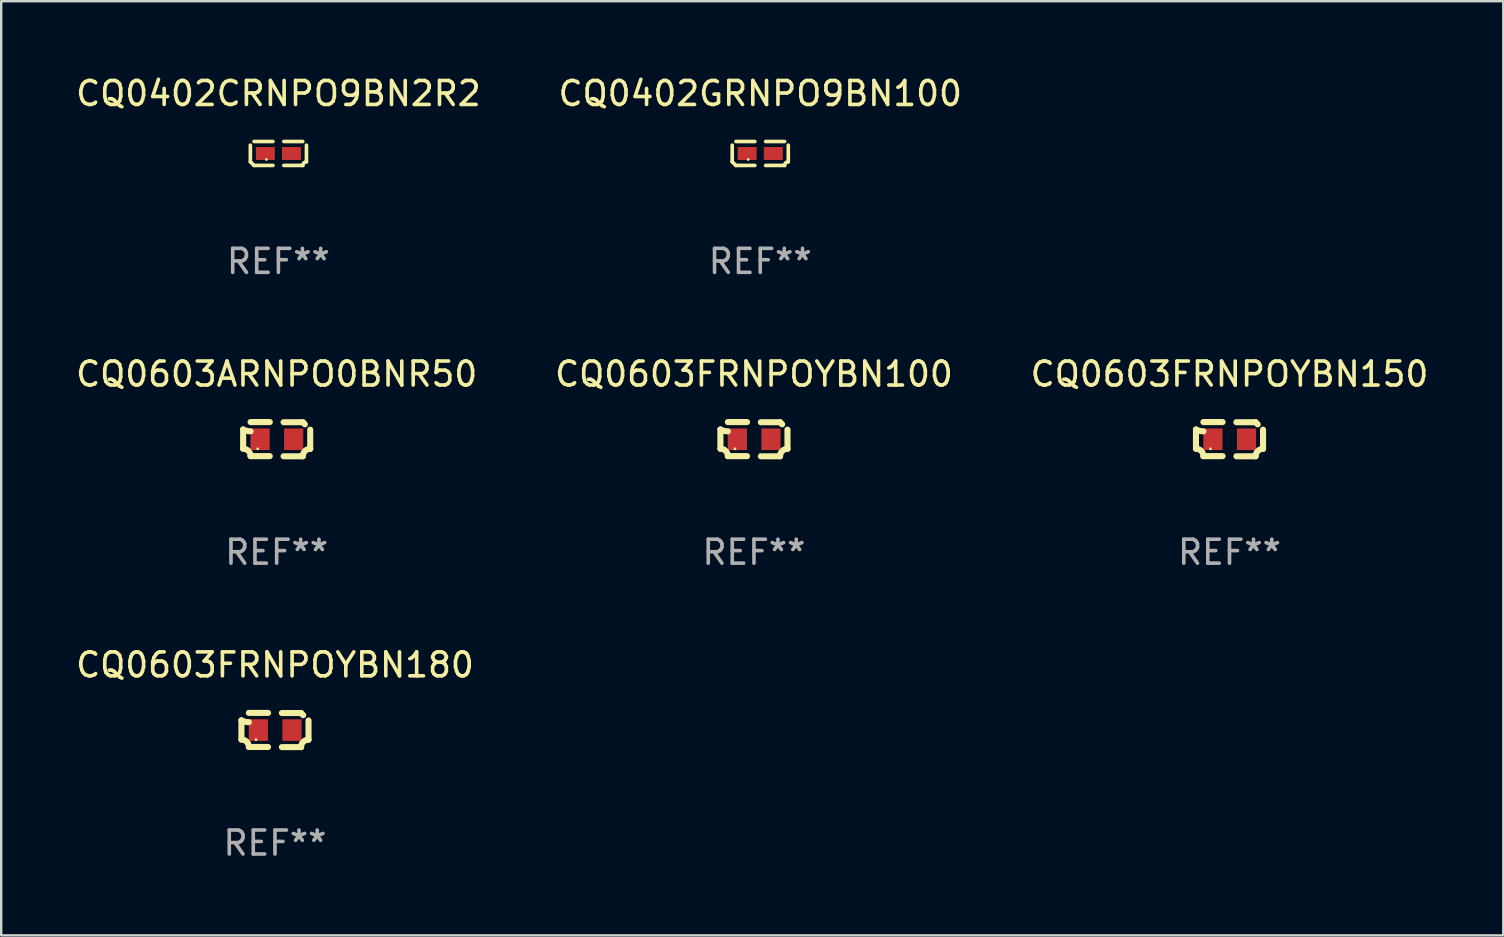
<source format=kicad_pcb>
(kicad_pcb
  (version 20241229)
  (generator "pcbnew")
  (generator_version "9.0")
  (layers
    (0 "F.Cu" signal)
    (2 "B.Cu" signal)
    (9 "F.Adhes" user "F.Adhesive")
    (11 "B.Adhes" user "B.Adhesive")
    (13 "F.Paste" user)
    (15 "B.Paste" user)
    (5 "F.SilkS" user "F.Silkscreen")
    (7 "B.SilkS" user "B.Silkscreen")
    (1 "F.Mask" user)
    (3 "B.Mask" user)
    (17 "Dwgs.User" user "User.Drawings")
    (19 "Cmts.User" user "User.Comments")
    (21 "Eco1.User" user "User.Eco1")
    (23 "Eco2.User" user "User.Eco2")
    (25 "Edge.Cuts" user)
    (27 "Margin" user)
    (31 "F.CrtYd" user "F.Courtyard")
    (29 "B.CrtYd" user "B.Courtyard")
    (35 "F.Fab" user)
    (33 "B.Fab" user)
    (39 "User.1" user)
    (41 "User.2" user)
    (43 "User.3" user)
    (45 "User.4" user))
  (footprint "CQ0402CRNPO9BN2R2"
    (layer "F.Cu")
    (at 8.554 3.347)
    (property "Reference" "CQ0402CRNPO9BN2R2" (at 0 -2.499 0) (layer "F.SilkS") (effects (font (size 1 1) (thickness 0.15))))
    (attr through_hole)
    (fp_line (start -1.169 0.346) (end -1.169 -0.346) (stroke (width 0.152) (type solid)) (layer "F.SilkS"))
    (fp_line (start -1.016 -0.499) (end -0.226 -0.499) (stroke (width 0.152) (type solid)) (layer "F.SilkS"))
    (fp_line (start -0.226 0.499) (end -1.016 0.499) (stroke (width 0.152) (type solid)) (layer "F.SilkS"))
    (fp_line (start 0.226 0.499) (end 1.016 0.499) (stroke (width 0.152) (type solid)) (layer "F.SilkS"))
    (fp_line (start 1.016 -0.499) (end 0.226 -0.499) (stroke (width 0.152) (type solid)) (layer "F.SilkS"))
    (fp_line (start 1.169 0.346) (end 1.169 -0.346) (stroke (width 0.152) (type solid)) (layer "F.SilkS"))
    (fp_arc (start -1.016307 0.498603) (mid -1.092512 0.422405) (end -1.16871 0.3462) (stroke (width 0.1524) (type solid)) (layer "F.SilkS"))
    (fp_arc (start 1.016307 0.498603) (mid 1.060899 0.390758) (end 1.168707 0.346076) (stroke (width 0.1524) (type solid)) (layer "F.SilkS"))
    (fp_circle (center -0.5 0.25) (end -0.47 0.25) (stroke (width 0.06) (type solid)) (fill no) (layer "F.SilkS"))
    (fp_text user "REF**" (at 0 4.499 0) (layer "F.Fab") (effects (font (size 1 1) (thickness 0.15))))
    (pad "1" smd rect (at -0.545 0) (size 0.79 0.54) (layers "F.Cu" "F.Mask" "F.Paste"))
    (pad "2" smd rect (at 0.545 0) (size 0.79 0.54) (layers "F.Cu" "F.Mask" "F.Paste")))
  (footprint "CQ0603ARNPO0BNR50"
    (layer "F.Cu")
    (at 8.482 15.255)
    (property "Reference" "CQ0603ARNPO0BNR50" (at 0 -2.713 0) (layer "F.SilkS") (effects (font (size 1 1) (thickness 0.15))))
    (attr through_hole)
    (fp_line (start -1.398 -0.403) (end -1.398 0.397) (stroke (width 0.254) (type solid)) (layer "F.SilkS"))
    (fp_line (start -0.288 -0.713) (end -1.088 -0.713) (stroke (width 0.254) (type solid)) (layer "F.SilkS"))
    (fp_line (start -0.288 0.707) (end -1.088 0.707) (stroke (width 0.254) (type solid)) (layer "F.SilkS"))
    (fp_line (start 0.288 -0.707) (end 1.088 -0.707) (stroke (width 0.254) (type solid)) (layer "F.SilkS"))
    (fp_line (start 0.288 0.713) (end 1.088 0.713) (stroke (width 0.254) (type solid)) (layer "F.SilkS"))
    (fp_line (start 1.398 -0.397) (end 1.398 0.403) (stroke (width 0.254) (type solid)) (layer "F.SilkS"))
    (fp_arc (start -1.397789 0.397066) (mid -1.178701 0.487826) (end -1.08796 0.706922) (stroke (width 0.254001) (type solid)) (layer "F.SilkS"))
    (fp_arc (start -1.08796 -0.327176) (mid -1.247436 -0.346384) (end -1.39779 -0.402908) (stroke (width 0.254001) (type solid)) (layer "F.SilkS"))
    (fp_arc (start 1.087909 0.712738) (mid 1.178656 0.493655) (end 1.397739 0.402908) (stroke (width 0.254001) (type solid)) (layer "F.SilkS"))
    (fp_arc (start 1.175925 -0.618926) (mid 1.131917 -0.662923) (end 1.08791 -0.706922) (stroke (width 0.254001) (type solid)) (layer "F.SilkS"))
    (fp_circle (center -0.792 0.403) (end -0.762 0.403) (stroke (width 0.06) (type solid)) (fill no) (layer "F.SilkS"))
    (fp_text user "REF**" (at 0 4.713 0) (layer "F.Fab") (effects (font (size 1 1) (thickness 0.15))))
    (pad "1" smd rect (at -0.692 0.003) (size 0.8 0.9) (layers "F.Cu" "F.Mask" "F.Paste"))
    (pad "2" smd rect (at 0.708 0.003) (size 0.8 0.9) (layers "F.Cu" "F.Mask" "F.Paste")))
  (footprint "CQ0603FRNPOYBN100"
    (layer "F.Cu")
    (at 28.375 15.255)
    (property "Reference" "CQ0603FRNPOYBN100" (at 0 -2.713 0) (layer "F.SilkS") (effects (font (size 1 1) (thickness 0.15))))
    (attr through_hole)
    (fp_line (start -1.398 -0.403) (end -1.398 0.397) (stroke (width 0.254) (type solid)) (layer "F.SilkS"))
    (fp_line (start -0.288 -0.713) (end -1.088 -0.713) (stroke (width 0.254) (type solid)) (layer "F.SilkS"))
    (fp_line (start -0.288 0.707) (end -1.088 0.707) (stroke (width 0.254) (type solid)) (layer "F.SilkS"))
    (fp_line (start 0.288 -0.707) (end 1.088 -0.707) (stroke (width 0.254) (type solid)) (layer "F.SilkS"))
    (fp_line (start 0.288 0.713) (end 1.088 0.713) (stroke (width 0.254) (type solid)) (layer "F.SilkS"))
    (fp_line (start 1.398 -0.397) (end 1.398 0.403) (stroke (width 0.254) (type solid)) (layer "F.SilkS"))
    (fp_arc (start -1.397789 0.397066) (mid -1.178701 0.487826) (end -1.08796 0.706922) (stroke (width 0.254001) (type solid)) (layer "F.SilkS"))
    (fp_arc (start -1.08796 -0.327176) (mid -1.247436 -0.346384) (end -1.39779 -0.402908) (stroke (width 0.254001) (type solid)) (layer "F.SilkS"))
    (fp_arc (start 1.087909 0.712738) (mid 1.178656 0.493655) (end 1.397739 0.402908) (stroke (width 0.254001) (type solid)) (layer "F.SilkS"))
    (fp_arc (start 1.175925 -0.618926) (mid 1.131917 -0.662923) (end 1.08791 -0.706922) (stroke (width 0.254001) (type solid)) (layer "F.SilkS"))
    (fp_circle (center -0.792 0.403) (end -0.762 0.403) (stroke (width 0.06) (type solid)) (fill no) (layer "F.SilkS"))
    (fp_text user "REF**" (at 0 4.713 0) (layer "F.Fab") (effects (font (size 1 1) (thickness 0.15))))
    (pad "1" smd rect (at -0.692 0.003) (size 0.8 0.9) (layers "F.Cu" "F.Mask" "F.Paste"))
    (pad "2" smd rect (at 0.708 0.003) (size 0.8 0.9) (layers "F.Cu" "F.Mask" "F.Paste")))
  (footprint "CQ0603FRNPOYBN180"
    (layer "F.Cu")
    (at 8.411 27.377)
    (property "Reference" "CQ0603FRNPOYBN180" (at 0 -2.713 0) (layer "F.SilkS") (effects (font (size 1 1) (thickness 0.15))))
    (attr through_hole)
    (fp_line (start -1.398 -0.403) (end -1.398 0.397) (stroke (width 0.254) (type solid)) (layer "F.SilkS"))
    (fp_line (start -0.288 -0.713) (end -1.088 -0.713) (stroke (width 0.254) (type solid)) (layer "F.SilkS"))
    (fp_line (start -0.288 0.707) (end -1.088 0.707) (stroke (width 0.254) (type solid)) (layer "F.SilkS"))
    (fp_line (start 0.288 -0.707) (end 1.088 -0.707) (stroke (width 0.254) (type solid)) (layer "F.SilkS"))
    (fp_line (start 0.288 0.713) (end 1.088 0.713) (stroke (width 0.254) (type solid)) (layer "F.SilkS"))
    (fp_line (start 1.398 -0.397) (end 1.398 0.403) (stroke (width 0.254) (type solid)) (layer "F.SilkS"))
    (fp_arc (start -1.397789 0.397066) (mid -1.178701 0.487826) (end -1.08796 0.706922) (stroke (width 0.254001) (type solid)) (layer "F.SilkS"))
    (fp_arc (start -1.08796 -0.327176) (mid -1.247436 -0.346384) (end -1.39779 -0.402908) (stroke (width 0.254001) (type solid)) (layer "F.SilkS"))
    (fp_arc (start 1.087909 0.712738) (mid 1.178656 0.493655) (end 1.397739 0.402908) (stroke (width 0.254001) (type solid)) (layer "F.SilkS"))
    (fp_arc (start 1.175925 -0.618926) (mid 1.131917 -0.662923) (end 1.08791 -0.706922) (stroke (width 0.254001) (type solid)) (layer "F.SilkS"))
    (fp_circle (center -0.792 0.403) (end -0.762 0.403) (stroke (width 0.06) (type solid)) (fill no) (layer "F.SilkS"))
    (fp_text user "REF**" (at 0 4.713 0) (layer "F.Fab") (effects (font (size 1 1) (thickness 0.15))))
    (pad "1" smd rect (at -0.692 0.003) (size 0.8 0.9) (layers "F.Cu" "F.Mask" "F.Paste"))
    (pad "2" smd rect (at 0.708 0.003) (size 0.8 0.9) (layers "F.Cu" "F.Mask" "F.Paste")))
  (footprint "CQ0402GRNPO9BN100"
    (layer "F.Cu")
    (at 28.637 3.347)
    (property "Reference" "CQ0402GRNPO9BN100" (at 0 -2.499 0) (layer "F.SilkS") (effects (font (size 1 1) (thickness 0.15))))
    (attr through_hole)
    (fp_line (start -1.169 0.346) (end -1.169 -0.346) (stroke (width 0.152) (type solid)) (layer "F.SilkS"))
    (fp_line (start -1.016 -0.499) (end -0.226 -0.499) (stroke (width 0.152) (type solid)) (layer "F.SilkS"))
    (fp_line (start -0.226 0.499) (end -1.016 0.499) (stroke (width 0.152) (type solid)) (layer "F.SilkS"))
    (fp_line (start 0.226 0.499) (end 1.016 0.499) (stroke (width 0.152) (type solid)) (layer "F.SilkS"))
    (fp_line (start 1.016 -0.499) (end 0.226 -0.499) (stroke (width 0.152) (type solid)) (layer "F.SilkS"))
    (fp_line (start 1.169 0.346) (end 1.169 -0.346) (stroke (width 0.152) (type solid)) (layer "F.SilkS"))
    (fp_arc (start -1.016307 0.498603) (mid -1.092512 0.422405) (end -1.16871 0.3462) (stroke (width 0.1524) (type solid)) (layer "F.SilkS"))
    (fp_arc (start 1.016307 0.498603) (mid 1.060899 0.390758) (end 1.168707 0.346076) (stroke (width 0.1524) (type solid)) (layer "F.SilkS"))
    (fp_circle (center -0.5 0.25) (end -0.47 0.25) (stroke (width 0.06) (type solid)) (fill no) (layer "F.SilkS"))
    (fp_text user "REF**" (at 0 4.499 0) (layer "F.Fab") (effects (font (size 1 1) (thickness 0.15))))
    (pad "1" smd rect (at -0.545 0) (size 0.79 0.54) (layers "F.Cu" "F.Mask" "F.Paste"))
    (pad "2" smd rect (at 0.545 0) (size 0.79 0.54) (layers "F.Cu" "F.Mask" "F.Paste")))
  (footprint "CQ0603FRNPOYBN150"
    (layer "F.Cu")
    (at 48.196 15.255)
    (property "Reference" "CQ0603FRNPOYBN150" (at 0 -2.713 0) (layer "F.SilkS") (effects (font (size 1 1) (thickness 0.15))))
    (attr through_hole)
    (fp_line (start -1.398 -0.403) (end -1.398 0.397) (stroke (width 0.254) (type solid)) (layer "F.SilkS"))
    (fp_line (start -0.288 -0.713) (end -1.088 -0.713) (stroke (width 0.254) (type solid)) (layer "F.SilkS"))
    (fp_line (start -0.288 0.707) (end -1.088 0.707) (stroke (width 0.254) (type solid)) (layer "F.SilkS"))
    (fp_line (start 0.288 -0.707) (end 1.088 -0.707) (stroke (width 0.254) (type solid)) (layer "F.SilkS"))
    (fp_line (start 0.288 0.713) (end 1.088 0.713) (stroke (width 0.254) (type solid)) (layer "F.SilkS"))
    (fp_line (start 1.398 -0.397) (end 1.398 0.403) (stroke (width 0.254) (type solid)) (layer "F.SilkS"))
    (fp_arc (start -1.397789 0.397066) (mid -1.178701 0.487826) (end -1.08796 0.706922) (stroke (width 0.254001) (type solid)) (layer "F.SilkS"))
    (fp_arc (start -1.08796 -0.327176) (mid -1.247436 -0.346384) (end -1.39779 -0.402908) (stroke (width 0.254001) (type solid)) (layer "F.SilkS"))
    (fp_arc (start 1.087909 0.712738) (mid 1.178656 0.493655) (end 1.397739 0.402908) (stroke (width 0.254001) (type solid)) (layer "F.SilkS"))
    (fp_arc (start 1.175925 -0.618926) (mid 1.131917 -0.662923) (end 1.08791 -0.706922) (stroke (width 0.254001) (type solid)) (layer "F.SilkS"))
    (fp_circle (center -0.792 0.403) (end -0.762 0.403) (stroke (width 0.06) (type solid)) (fill no) (layer "F.SilkS"))
    (fp_text user "REF**" (at 0 4.713 0) (layer "F.Fab") (effects (font (size 1 1) (thickness 0.15))))
    (pad "1" smd rect (at -0.692 0.003) (size 0.8 0.9) (layers "F.Cu" "F.Mask" "F.Paste"))
    (pad "2" smd rect (at 0.708 0.003) (size 0.8 0.9) (layers "F.Cu" "F.Mask" "F.Paste")))
  (gr_rect
    (start -3 -3)
    (end 59.607 35.938)
    (stroke (width 0.1) (type default))
    (fill no)
    (layer "Edge.Cuts")))
</source>
